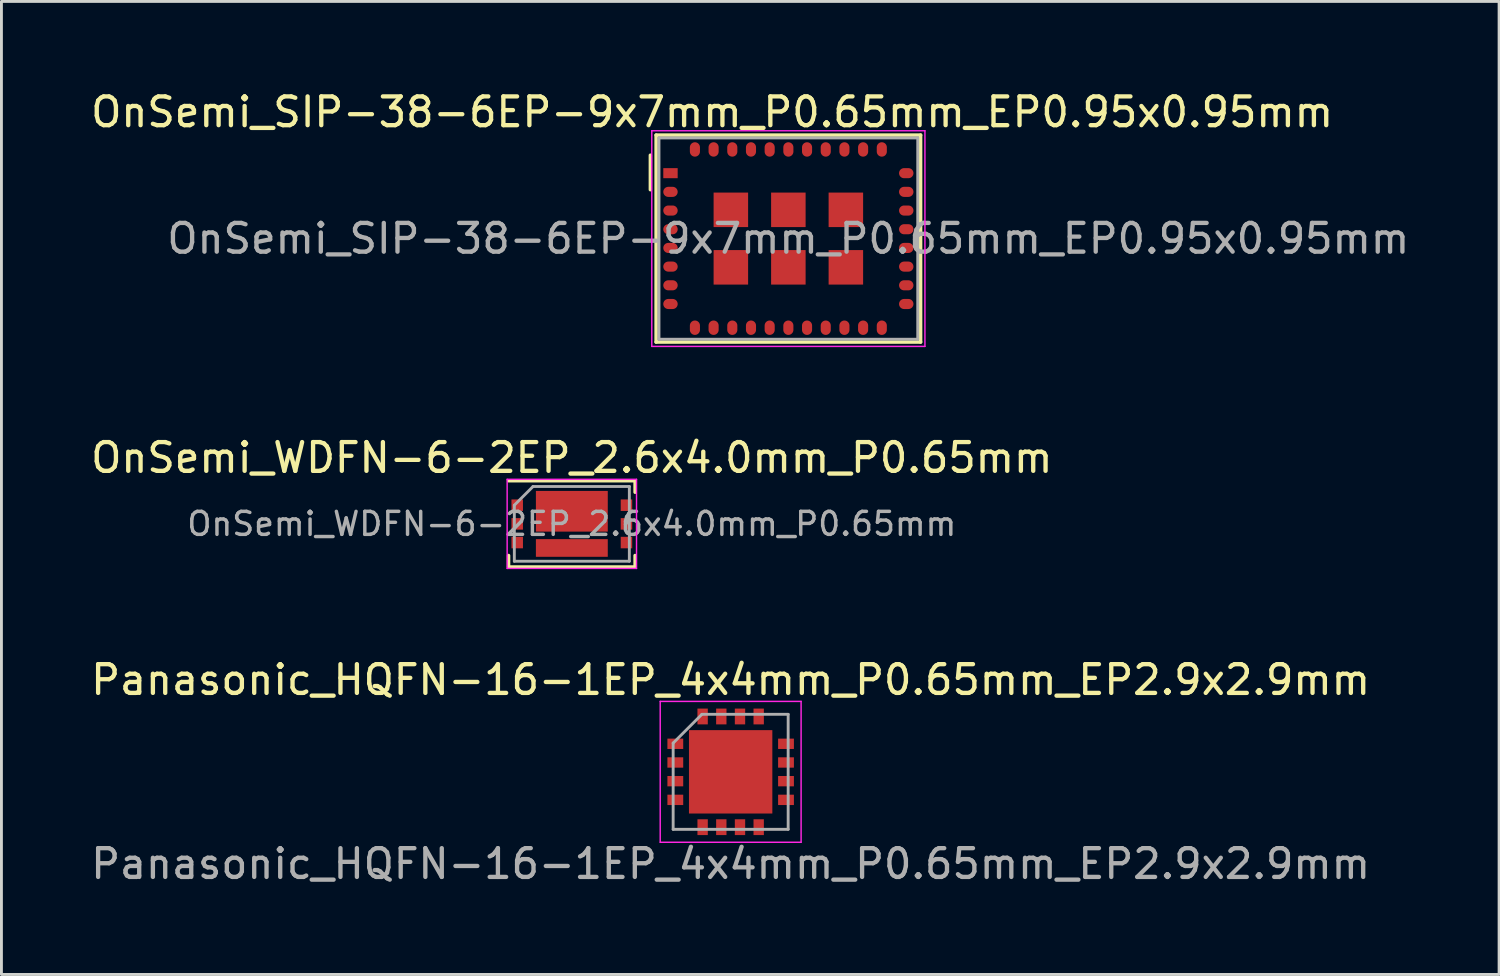
<source format=kicad_pcb>
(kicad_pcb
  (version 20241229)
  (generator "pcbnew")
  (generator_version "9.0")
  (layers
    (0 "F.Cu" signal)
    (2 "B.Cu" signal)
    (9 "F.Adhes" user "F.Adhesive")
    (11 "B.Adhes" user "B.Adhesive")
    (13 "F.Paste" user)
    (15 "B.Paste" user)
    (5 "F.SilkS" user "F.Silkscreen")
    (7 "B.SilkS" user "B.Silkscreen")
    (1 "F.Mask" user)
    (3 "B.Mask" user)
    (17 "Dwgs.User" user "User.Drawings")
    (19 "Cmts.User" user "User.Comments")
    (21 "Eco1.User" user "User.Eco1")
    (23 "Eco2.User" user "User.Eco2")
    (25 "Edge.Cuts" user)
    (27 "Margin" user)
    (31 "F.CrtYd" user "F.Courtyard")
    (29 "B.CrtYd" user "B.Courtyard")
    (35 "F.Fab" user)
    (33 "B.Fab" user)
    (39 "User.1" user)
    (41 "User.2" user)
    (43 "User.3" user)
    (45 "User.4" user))
  (footprint "Panasonic_HQFN-16-1EP_4x4mm_P0.65mm_EP2.9x2.9mm"
    (layer "F.Cu")
    (at 22.363 23.795)
    (property "Reference" "Panasonic_HQFN-16-1EP_4x4mm_P0.65mm_EP2.9x2.9mm" (at 0 -3.2 0) (layer "F.SilkS") (effects (font (size 1 1) (thickness 0.15))))
    (attr smd)
    (fp_line (start -2.45 -2.45) (end 2.45 -2.45) (stroke (width 0.05) (type solid)) (layer "F.CrtYd"))
    (fp_line (start -2.45 2.45) (end -2.45 -2.45) (stroke (width 0.05) (type solid)) (layer "F.CrtYd"))
    (fp_line (start -2.45 2.45) (end 2.45 2.45) (stroke (width 0.05) (type solid)) (layer "F.CrtYd"))
    (fp_line (start 2.45 -2.45) (end 2.45 2.45) (stroke (width 0.05) (type solid)) (layer "F.CrtYd"))
    (fp_line (start -2 2) (end -2 -1) (stroke (width 0.1) (type solid)) (layer "F.Fab"))
    (fp_line (start -1 -2) (end -2 -1) (stroke (width 0.1) (type solid)) (layer "F.Fab"))
    (fp_line (start -1 -2) (end 2 -2) (stroke (width 0.1) (type solid)) (layer "F.Fab"))
    (fp_line (start 2 -2) (end 2 2) (stroke (width 0.1) (type solid)) (layer "F.Fab"))
    (fp_line (start 2 2) (end -2 2) (stroke (width 0.1) (type solid)) (layer "F.Fab"))
    (fp_text user "Panasonic_HQFN-16-1EP_4x4mm_P0.65mm_EP2.9x2.9mm" (at 0 3.2 0) (layer "F.Fab") (effects (font (size 1 1) (thickness 0.15))))
    (pad "" smd rect (at -1.95 -0.975) (size 0.5 0.36) (layers "F.Paste"))
    (pad "" smd rect (at -1.95 -0.325) (size 0.5 0.36) (layers "F.Paste"))
    (pad "" smd rect (at -1.95 0.325) (size 0.5 0.36) (layers "F.Paste"))
    (pad "" smd rect (at -1.95 0.975) (size 0.5 0.36) (layers "F.Paste"))
    (pad "" smd rect (at -0.975 -1.95) (size 0.36 0.5) (layers "F.Paste"))
    (pad "" smd rect (at -0.975 1.95) (size 0.36 0.5) (layers "F.Paste"))
    (pad "" smd rect (at -0.325 -1.95) (size 0.36 0.5) (layers "F.Paste"))
    (pad "" smd rect (at -0.325 1.95) (size 0.36 0.5) (layers "F.Paste"))
    (pad "" smd rect (at 0 0) (size 2.05 2.05) (layers "F.Paste"))
    (pad "" smd rect (at 0.325 -1.95) (size 0.36 0.5) (layers "F.Paste"))
    (pad "" smd rect (at 0.325 1.95) (size 0.36 0.5) (layers "F.Paste"))
    (pad "" smd rect (at 0.975 -1.95) (size 0.36 0.5) (layers "F.Paste"))
    (pad "" smd rect (at 0.975 1.95) (size 0.36 0.5) (layers "F.Paste"))
    (pad "" smd rect (at 1.95 -0.975) (size 0.5 0.36) (layers "F.Paste"))
    (pad "" smd rect (at 1.95 -0.325) (size 0.5 0.36) (layers "F.Paste"))
    (pad "" smd rect (at 1.95 0.325) (size 0.5 0.36) (layers "F.Paste"))
    (pad "" smd rect (at 1.95 0.975) (size 0.5 0.36) (layers "F.Paste"))
    (pad "1" smd rect (at -1.925 -0.975) (size 0.55 0.36) (layers "F.Cu" "F.Mask"))
    (pad "2" smd rect (at -1.925 -0.325) (size 0.55 0.36) (layers "F.Cu" "F.Mask"))
    (pad "3" smd rect (at -1.925 0.325) (size 0.55 0.36) (layers "F.Cu" "F.Mask"))
    (pad "4" smd rect (at -1.925 0.975) (size 0.55 0.36) (layers "F.Cu" "F.Mask"))
    (pad "5" smd rect (at -0.975 1.925) (size 0.36 0.55) (layers "F.Cu" "F.Mask"))
    (pad "6" smd rect (at -0.325 1.925) (size 0.36 0.55) (layers "F.Cu" "F.Mask"))
    (pad "7" smd rect (at 0.325 1.925) (size 0.36 0.55) (layers "F.Cu" "F.Mask"))
    (pad "8" smd rect (at 0.975 1.925) (size 0.36 0.55) (layers "F.Cu" "F.Mask"))
    (pad "9" smd rect (at 1.925 0.975) (size 0.55 0.36) (layers "F.Cu" "F.Mask"))
    (pad "10" smd rect (at 1.925 0.325) (size 0.55 0.36) (layers "F.Cu" "F.Mask"))
    (pad "11" smd rect (at 1.925 -0.325) (size 0.55 0.36) (layers "F.Cu" "F.Mask"))
    (pad "12" smd rect (at 1.925 -0.975) (size 0.55 0.36) (layers "F.Cu" "F.Mask"))
    (pad "13" smd rect (at 0.975 -1.925) (size 0.36 0.55) (layers "F.Cu" "F.Mask"))
    (pad "14" smd rect (at 0.325 -1.925) (size 0.36 0.55) (layers "F.Cu" "F.Mask"))
    (pad "15" smd rect (at -0.325 -1.925) (size 0.36 0.55) (layers "F.Cu" "F.Mask"))
    (pad "16" smd rect (at -0.975 -1.925) (size 0.36 0.55) (layers "F.Cu" "F.Mask"))
    (pad "17" smd rect (at 0 0) (size 2.9 2.9) (layers "F.Cu" "F.Mask")))
  (footprint "OnSemi_WDFN-6-2EP_2.6x4.0mm_P0.65mm"
    (layer "F.Cu")
    (at 16.839 15.171)
    (property "Reference" "OnSemi_WDFN-6-2EP_2.6x4.0mm_P0.65mm" (at 0 -2.3 0) (layer "F.SilkS") (effects (font (size 1 1) (thickness 0.15))))
    (attr smd)
    (fp_line (start -2.2 1.1) (end -2.2 1.5) (stroke (width 0.12) (type solid)) (layer "F.SilkS"))
    (fp_line (start -2.2 1.5) (end 2.2 1.5) (stroke (width 0.12) (type solid)) (layer "F.SilkS"))
    (fp_line (start 2.2 -1.5) (end -2.2 -1.5) (stroke (width 0.12) (type solid)) (layer "F.SilkS"))
    (fp_line (start 2.2 -1.1) (end 2.2 -1.5) (stroke (width 0.12) (type solid)) (layer "F.SilkS"))
    (fp_line (start 2.2 1.5) (end 2.2 1.1) (stroke (width 0.12) (type solid)) (layer "F.SilkS"))
    (fp_line (start -2.25 -1.55) (end -2.25 1.55) (stroke (width 0.05) (type solid)) (layer "F.CrtYd"))
    (fp_line (start -2.25 1.55) (end 2.25 1.55) (stroke (width 0.05) (type solid)) (layer "F.CrtYd"))
    (fp_line (start 2.25 -1.55) (end -2.25 -1.55) (stroke (width 0.05) (type solid)) (layer "F.CrtYd"))
    (fp_line (start 2.25 1.55) (end 2.25 -1.55) (stroke (width 0.05) (type solid)) (layer "F.CrtYd"))
    (fp_line (start -2 -0.65) (end -2 1.3) (stroke (width 0.1) (type solid)) (layer "F.Fab"))
    (fp_line (start -2 -0.65) (end -1.35 -1.3) (stroke (width 0.1) (type solid)) (layer "F.Fab"))
    (fp_line (start -2 1.3) (end 2 1.3) (stroke (width 0.1) (type solid)) (layer "F.Fab"))
    (fp_line (start 2 -1.3) (end -1.35 -1.3) (stroke (width 0.1) (type solid)) (layer "F.Fab"))
    (fp_line (start 2 1.3) (end 2 -1.3) (stroke (width 0.1) (type solid)) (layer "F.Fab"))
    (fp_text user "${REFERENCE}" (at 0 0 0) (layer "F.Fab") (effects (font (size 0.8 0.8) (thickness 0.12))))
    (pad "1" smd rect (at -1.9 -0.65 270) (size 0.4 0.4) (layers "F.Cu" "F.Mask" "F.Paste"))
    (pad "2" smd rect (at -1.9 0 270) (size 0.4 0.4) (layers "F.Cu" "F.Mask" "F.Paste"))
    (pad "3" smd rect (at -1.9 0.65 270) (size 0.4 0.4) (layers "F.Cu" "F.Mask" "F.Paste"))
    (pad "4" smd rect (at 1.9 0.65 270) (size 0.4 0.4) (layers "F.Cu" "F.Mask" "F.Paste"))
    (pad "5" smd rect (at 1.9 0 270) (size 0.4 0.4) (layers "F.Cu" "F.Mask" "F.Paste"))
    (pad "6" smd rect (at 1.9 -0.65 270) (size 0.4 0.4) (layers "F.Cu" "F.Mask" "F.Paste"))
    (pad "7" smd rect (at 0 -0.438 270) (size 1.415 2.5) (layers "F.Cu" "F.Mask" "F.Paste"))
    (pad "8" smd rect (at 0 0.838 270) (size 0.615 2.5) (layers "F.Cu" "F.Mask" "F.Paste")))
  (footprint "OnSemi_SIP-38-6EP-9x7mm_P0.65mm_EP0.95x0.95mm"
    (layer "F.Cu")
    (at 24.37 5.248)
    (property "Reference" "OnSemi_SIP-38-6EP-9x7mm_P0.65mm_EP0.95x0.95mm" (at -2.65 -4.4 180) (layer "F.SilkS") (effects (font (size 1 1) (thickness 0.15))))
    (attr through_hole)
    (fp_line (start -4.8 -2.9) (end -4.8 -1.7) (stroke (width 0.12) (type solid)) (layer "F.SilkS"))
    (fp_line (start -4.6 -3.6) (end 4.6 -3.6) (stroke (width 0.12) (type solid)) (layer "F.SilkS"))
    (fp_line (start -4.6 3.6) (end -4.6 -3.6) (stroke (width 0.12) (type solid)) (layer "F.SilkS"))
    (fp_line (start 4.6 -3.6) (end 4.6 3.6) (stroke (width 0.12) (type solid)) (layer "F.SilkS"))
    (fp_line (start 4.6 3.6) (end -4.6 3.6) (stroke (width 0.12) (type solid)) (layer "F.SilkS"))
    (fp_line (start -4.75 -3.75) (end 4.75 -3.75) (stroke (width 0.05) (type solid)) (layer "F.CrtYd"))
    (fp_line (start -4.75 3.75) (end -4.75 -3.75) (stroke (width 0.05) (type solid)) (layer "F.CrtYd"))
    (fp_line (start 4.75 -3.75) (end 4.75 3.75) (stroke (width 0.05) (type solid)) (layer "F.CrtYd"))
    (fp_line (start 4.75 3.75) (end -4.75 3.75) (stroke (width 0.05) (type solid)) (layer "F.CrtYd"))
    (fp_line (start -4.5 -3.5) (end -4.5 3.5) (stroke (width 0.1) (type solid)) (layer "F.Fab"))
    (fp_line (start -4.5 3.5) (end 4.5 3.5) (stroke (width 0.1) (type solid)) (layer "F.Fab"))
    (fp_line (start 4.5 -3.5) (end -4.5 -3.5) (stroke (width 0.1) (type solid)) (layer "F.Fab"))
    (fp_line (start 4.5 3.5) (end 4.5 -3.5) (stroke (width 0.1) (type solid)) (layer "F.Fab"))
    (fp_text user "${REFERENCE}" (at 0 0 0) (layer "F.Fab") (effects (font (size 1 1) (thickness 0.15))))
    (pad "1" smd rect (at -4.1 -2.275) (size 0.5 0.35) (layers "F.Cu" "F.Mask" "F.Paste"))
    (pad "2" smd oval (at -4.1 -1.625) (size 0.501 0.351) (layers "F.Cu" "F.Mask" "F.Paste"))
    (pad "3" smd oval (at -4.1 -0.975) (size 0.501 0.351) (layers "F.Cu" "F.Mask" "F.Paste"))
    (pad "4" smd oval (at -4.1 -0.325) (size 0.501 0.351) (layers "F.Cu" "F.Mask" "F.Paste"))
    (pad "5" smd oval (at -4.1 0.325) (size 0.501 0.351) (layers "F.Cu" "F.Mask" "F.Paste"))
    (pad "6" smd oval (at -4.1 0.975) (size 0.501 0.351) (layers "F.Cu" "F.Mask" "F.Paste"))
    (pad "7" smd oval (at -4.1 1.625) (size 0.501 0.351) (layers "F.Cu" "F.Mask" "F.Paste"))
    (pad "8" smd oval (at -4.1 2.275) (size 0.501 0.351) (layers "F.Cu" "F.Mask" "F.Paste"))
    (pad "9" smd oval (at -3.25 3.1 90) (size 0.501 0.351) (layers "F.Cu" "F.Mask" "F.Paste"))
    (pad "10" smd oval (at -2.6 3.1 90) (size 0.501 0.351) (layers "F.Cu" "F.Mask" "F.Paste"))
    (pad "11" smd oval (at -1.95 3.1 90) (size 0.501 0.351) (layers "F.Cu" "F.Mask" "F.Paste"))
    (pad "12" smd oval (at -1.3 3.1 90) (size 0.501 0.351) (layers "F.Cu" "F.Mask" "F.Paste"))
    (pad "13" smd oval (at -0.65 3.1 90) (size 0.501 0.351) (layers "F.Cu" "F.Mask" "F.Paste"))
    (pad "14" smd oval (at 0 3.1 90) (size 0.501 0.351) (layers "F.Cu" "F.Mask" "F.Paste"))
    (pad "15" smd oval (at 0.65 3.1 90) (size 0.501 0.351) (layers "F.Cu" "F.Mask" "F.Paste"))
    (pad "16" smd oval (at 1.3 3.1 90) (size 0.501 0.351) (layers "F.Cu" "F.Mask" "F.Paste"))
    (pad "17" smd oval (at 1.95 3.1 90) (size 0.501 0.351) (layers "F.Cu" "F.Mask" "F.Paste"))
    (pad "18" smd oval (at 2.6 3.1 90) (size 0.501 0.351) (layers "F.Cu" "F.Mask" "F.Paste"))
    (pad "19" smd oval (at 3.25 3.1 90) (size 0.501 0.351) (layers "F.Cu" "F.Mask" "F.Paste"))
    (pad "20" smd oval (at 4.1 2.275) (size 0.501 0.351) (layers "F.Cu" "F.Mask" "F.Paste"))
    (pad "21" smd oval (at 4.1 1.625) (size 0.501 0.351) (layers "F.Cu" "F.Mask" "F.Paste"))
    (pad "22" smd oval (at 4.1 0.975) (size 0.501 0.351) (layers "F.Cu" "F.Mask" "F.Paste"))
    (pad "23" smd oval (at 4.1 0.325) (size 0.501 0.351) (layers "F.Cu" "F.Mask" "F.Paste"))
    (pad "24" smd oval (at 4.1 -0.325) (size 0.501 0.351) (layers "F.Cu" "F.Mask" "F.Paste"))
    (pad "25" smd oval (at 4.1 -0.975) (size 0.501 0.351) (layers "F.Cu" "F.Mask" "F.Paste"))
    (pad "26" smd oval (at 4.1 -1.625) (size 0.501 0.351) (layers "F.Cu" "F.Mask" "F.Paste"))
    (pad "27" smd oval (at 4.1 -2.275) (size 0.501 0.351) (layers "F.Cu" "F.Mask" "F.Paste"))
    (pad "28" smd oval (at 3.25 -3.1 90) (size 0.501 0.351) (layers "F.Cu" "F.Mask" "F.Paste"))
    (pad "29" smd oval (at 2.6 -3.1 90) (size 0.501 0.351) (layers "F.Cu" "F.Mask" "F.Paste"))
    (pad "30" smd oval (at 1.95 -3.1 90) (size 0.501 0.351) (layers "F.Cu" "F.Mask" "F.Paste"))
    (pad "31" smd oval (at 1.3 -3.1 90) (size 0.501 0.351) (layers "F.Cu" "F.Mask" "F.Paste"))
    (pad "32" smd oval (at 0.65 -3.1 90) (size 0.501 0.351) (layers "F.Cu" "F.Mask" "F.Paste"))
    (pad "33" smd oval (at 0 -3.1 90) (size 0.501 0.351) (layers "F.Cu" "F.Mask" "F.Paste"))
    (pad "34" smd oval (at -0.65 -3.1 90) (size 0.501 0.351) (layers "F.Cu" "F.Mask" "F.Paste"))
    (pad "35" smd oval (at -1.3 -3.1 90) (size 0.501 0.351) (layers "F.Cu" "F.Mask" "F.Paste"))
    (pad "36" smd oval (at -1.95 -3.1 90) (size 0.501 0.351) (layers "F.Cu" "F.Mask" "F.Paste"))
    (pad "37" smd oval (at -2.6 -3.1 90) (size 0.501 0.351) (layers "F.Cu" "F.Mask" "F.Paste"))
    (pad "38" smd oval (at -3.25 -3.1 90) (size 0.501 0.351) (layers "F.Cu" "F.Mask" "F.Paste"))
    (pad "39" smd rect (at -2 -1) (size 1.2 1.2) (layers "F.Cu" "F.Mask" "F.Paste"))
    (pad "40" smd rect (at -2 1) (size 1.2 1.2) (layers "F.Cu" "F.Mask" "F.Paste"))
    (pad "41" smd rect (at 0 1) (size 1.2 1.2) (layers "F.Cu" "F.Mask" "F.Paste"))
    (pad "42" smd rect (at 2 1) (size 1.2 1.2) (layers "F.Cu" "F.Mask" "F.Paste"))
    (pad "43" smd rect (at 2 -1) (size 1.2 1.2) (layers "F.Cu" "F.Mask" "F.Paste"))
    (pad "44" smd rect (at 0 -1) (size 1.2 1.2) (layers "F.Cu" "F.Mask" "F.Paste")))
  (gr_rect
    (start -3 -3)
    (end 49.09 30.843)
    (stroke (width 0.1) (type default))
    (fill no)
    (layer "Edge.Cuts")))
</source>
